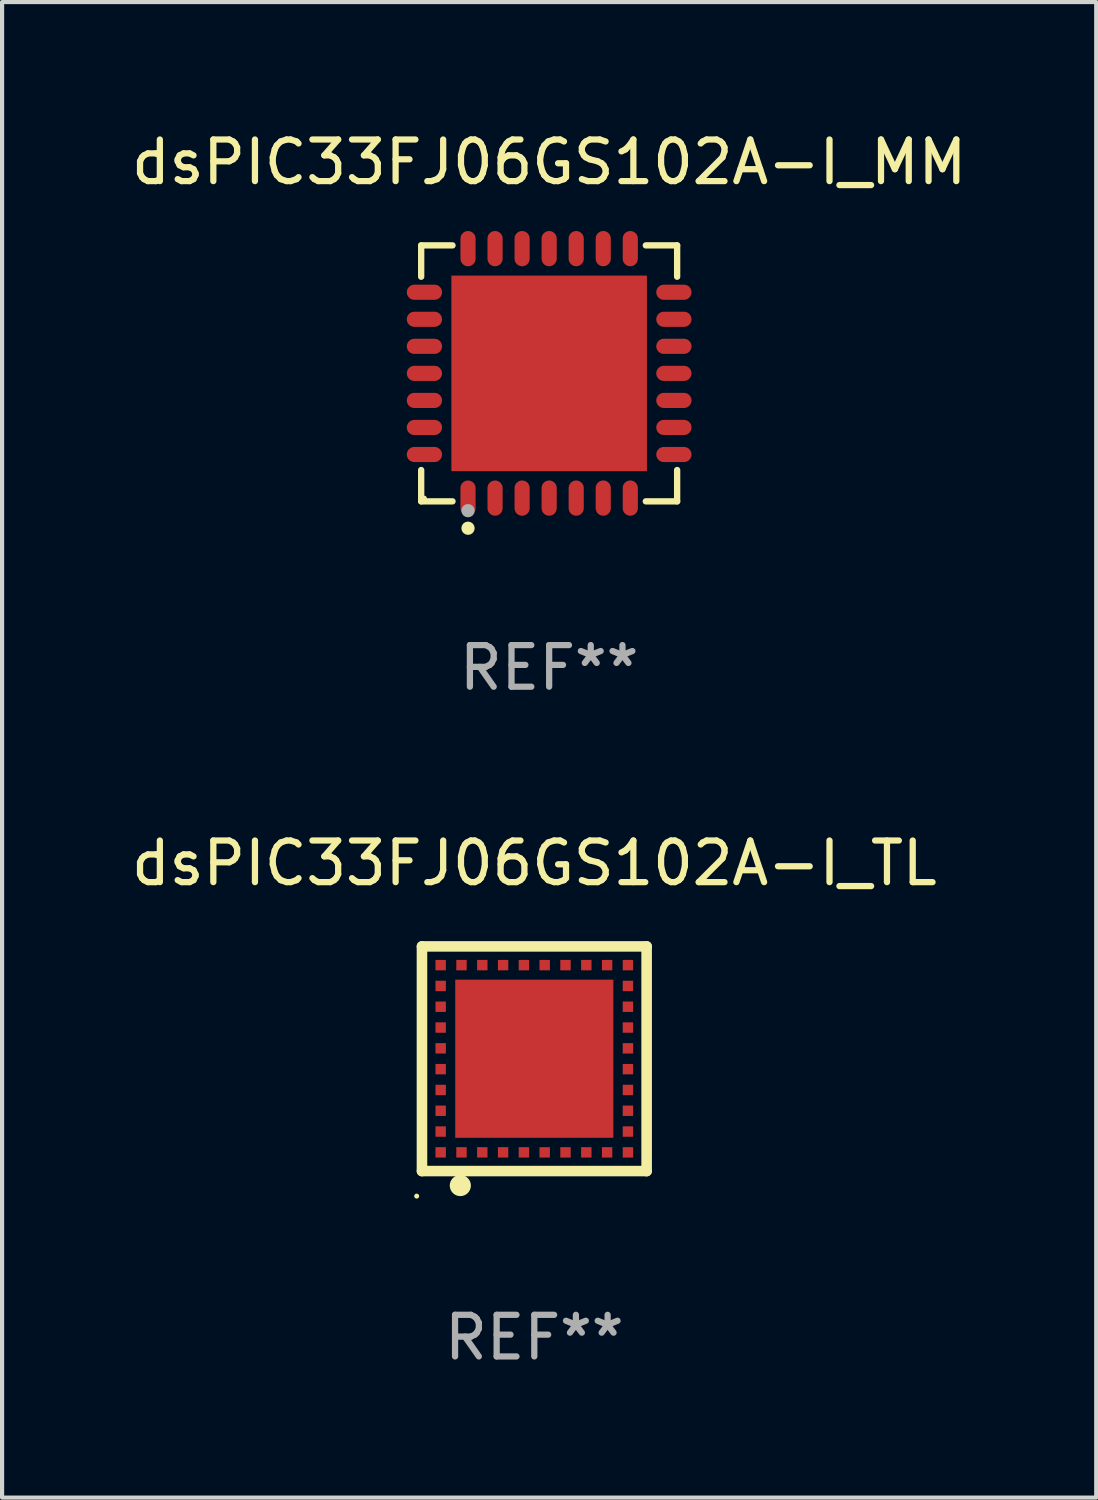
<source format=kicad_pcb>
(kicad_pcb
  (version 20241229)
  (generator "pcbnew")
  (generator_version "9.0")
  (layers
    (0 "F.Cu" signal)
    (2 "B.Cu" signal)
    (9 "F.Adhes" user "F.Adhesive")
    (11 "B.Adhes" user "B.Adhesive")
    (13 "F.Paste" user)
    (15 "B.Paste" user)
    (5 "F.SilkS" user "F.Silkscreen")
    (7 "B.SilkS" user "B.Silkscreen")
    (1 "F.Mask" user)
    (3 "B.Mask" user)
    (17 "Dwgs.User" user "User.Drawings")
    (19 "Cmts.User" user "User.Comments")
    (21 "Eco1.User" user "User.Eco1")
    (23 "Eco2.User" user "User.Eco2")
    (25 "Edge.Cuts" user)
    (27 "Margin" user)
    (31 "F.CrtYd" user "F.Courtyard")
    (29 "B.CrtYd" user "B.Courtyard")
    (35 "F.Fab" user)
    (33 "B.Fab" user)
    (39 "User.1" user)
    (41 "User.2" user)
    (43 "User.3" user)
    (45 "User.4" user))
  (footprint "dsPIC33FJ06GS102A-I_TL"
    (layer "F.Cu")
    (at 9.792 22.397)
    (property "Reference" "dsPIC33FJ06GS102A-I_TL" (at 0 -4.7 0) (layer "F.SilkS") (effects (font (size 1 1) (thickness 0.15))))
    (attr through_hole)
    (fp_line (start -2.7 -2.7) (end 2.7 -2.7) (stroke (width 0.254) (type solid)) (layer "F.SilkS"))
    (fp_line (start -2.7 2.7) (end -2.7 -2.7) (stroke (width 0.254) (type solid)) (layer "F.SilkS"))
    (fp_line (start 2.7 -2.7) (end 2.7 2.7) (stroke (width 0.254) (type solid)) (layer "F.SilkS"))
    (fp_line (start 2.7 2.7) (end -2.7 2.7) (stroke (width 0.254) (type solid)) (layer "F.SilkS"))
    (fp_circle (center -2.827 3.302) (end -2.797 3.302) (stroke (width 0.06) (type solid)) (fill no) (layer "F.SilkS"))
    (fp_circle (center -1.778 3.048) (end -1.651 3.048) (stroke (width 0.254) (type solid)) (fill no) (layer "F.SilkS"))
    (fp_text user "REF**" (at 0 6.7 0) (layer "F.Fab") (effects (font (size 1 1) (thickness 0.15))))
    (pad "1" smd rect (at -1.75 2.25) (size 0.25 0.25) (layers "F.Cu" "F.Mask" "F.Paste"))
    (pad "2" smd rect (at -1.25 2.25) (size 0.25 0.25) (layers "F.Cu" "F.Mask" "F.Paste"))
    (pad "3" smd rect (at -0.75 2.25) (size 0.25 0.25) (layers "F.Cu" "F.Mask" "F.Paste"))
    (pad "4" smd rect (at -0.25 2.25) (size 0.25 0.25) (layers "F.Cu" "F.Mask" "F.Paste"))
    (pad "5" smd rect (at 0.25 2.25) (size 0.25 0.25) (layers "F.Cu" "F.Mask" "F.Paste"))
    (pad "6" smd rect (at 0.75 2.25) (size 0.25 0.25) (layers "F.Cu" "F.Mask" "F.Paste"))
    (pad "7" smd rect (at 1.25 2.25) (size 0.25 0.25) (layers "F.Cu" "F.Mask" "F.Paste"))
    (pad "8" smd rect (at 1.75 2.25) (size 0.25 0.25) (layers "F.Cu" "F.Mask" "F.Paste"))
    (pad "9" smd rect (at 2.25 2.25) (size 0.25 0.25) (layers "F.Cu" "F.Mask" "F.Paste"))
    (pad "10" smd rect (at 2.25 1.75) (size 0.25 0.25) (layers "F.Cu" "F.Mask" "F.Paste"))
    (pad "11" smd rect (at 2.25 1.25) (size 0.25 0.25) (layers "F.Cu" "F.Mask" "F.Paste"))
    (pad "12" smd rect (at 2.25 0.75) (size 0.25 0.25) (layers "F.Cu" "F.Mask" "F.Paste"))
    (pad "13" smd rect (at 2.25 0.25) (size 0.25 0.25) (layers "F.Cu" "F.Mask" "F.Paste"))
    (pad "14" smd rect (at 2.25 -0.25) (size 0.25 0.25) (layers "F.Cu" "F.Mask" "F.Paste"))
    (pad "15" smd rect (at 2.25 -0.75) (size 0.25 0.25) (layers "F.Cu" "F.Mask" "F.Paste"))
    (pad "16" smd rect (at 2.25 -1.25) (size 0.25 0.25) (layers "F.Cu" "F.Mask" "F.Paste"))
    (pad "17" smd rect (at 2.25 -1.75) (size 0.25 0.25) (layers "F.Cu" "F.Mask" "F.Paste"))
    (pad "18" smd rect (at 2.25 -2.25) (size 0.25 0.25) (layers "F.Cu" "F.Mask" "F.Paste"))
    (pad "19" smd rect (at 1.75 -2.25) (size 0.25 0.25) (layers "F.Cu" "F.Mask" "F.Paste"))
    (pad "20" smd rect (at 1.25 -2.25) (size 0.25 0.25) (layers "F.Cu" "F.Mask" "F.Paste"))
    (pad "21" smd rect (at 0.75 -2.25) (size 0.25 0.25) (layers "F.Cu" "F.Mask" "F.Paste"))
    (pad "22" smd rect (at 0.25 -2.25) (size 0.25 0.25) (layers "F.Cu" "F.Mask" "F.Paste"))
    (pad "23" smd rect (at -0.25 -2.25) (size 0.25 0.25) (layers "F.Cu" "F.Mask" "F.Paste"))
    (pad "24" smd rect (at -0.75 -2.25) (size 0.25 0.25) (layers "F.Cu" "F.Mask" "F.Paste"))
    (pad "25" smd rect (at -1.25 -2.25) (size 0.25 0.25) (layers "F.Cu" "F.Mask" "F.Paste"))
    (pad "26" smd rect (at -1.75 -2.25) (size 0.25 0.25) (layers "F.Cu" "F.Mask" "F.Paste"))
    (pad "27" smd rect (at -2.25 -2.25) (size 0.25 0.25) (layers "F.Cu" "F.Mask" "F.Paste"))
    (pad "28" smd rect (at -2.25 -1.75) (size 0.25 0.25) (layers "F.Cu" "F.Mask" "F.Paste"))
    (pad "29" smd rect (at -2.25 -1.25) (size 0.25 0.25) (layers "F.Cu" "F.Mask" "F.Paste"))
    (pad "30" smd rect (at -2.25 -0.75) (size 0.25 0.25) (layers "F.Cu" "F.Mask" "F.Paste"))
    (pad "31" smd rect (at -2.25 -0.25) (size 0.25 0.25) (layers "F.Cu" "F.Mask" "F.Paste"))
    (pad "32" smd rect (at -2.25 0.25) (size 0.25 0.25) (layers "F.Cu" "F.Mask" "F.Paste"))
    (pad "33" smd rect (at -2.25 0.75) (size 0.25 0.25) (layers "F.Cu" "F.Mask" "F.Paste"))
    (pad "34" smd rect (at -2.25 1.25) (size 0.25 0.25) (layers "F.Cu" "F.Mask" "F.Paste"))
    (pad "35" smd rect (at -2.25 1.75) (size 0.25 0.25) (layers "F.Cu" "F.Mask" "F.Paste"))
    (pad "36" smd rect (at -2.25 2.25) (size 0.25 0.25) (layers "F.Cu" "F.Mask" "F.Paste"))
    (pad "37" smd rect (at 0.000127 -0.000076) (size 3.8 3.8) (layers "F.Cu" "F.Mask" "F.Paste")))
  (footprint "dsPIC33FJ06GS102A-I_MM"
    (layer "F.Cu")
    (at 10.149 5.924)
    (property "Reference" "dsPIC33FJ06GS102A-I_MM" (at 0 -5.076 0) (layer "F.SilkS") (effects (font (size 1 1) (thickness 0.15))))
    (attr through_hole)
    (fp_line (start -3.076 -3.076) (end -2.323 -3.076) (stroke (width 0.152) (type solid)) (layer "F.SilkS"))
    (fp_line (start -3.076 -2.323) (end -3.076 -3.076) (stroke (width 0.152) (type solid)) (layer "F.SilkS"))
    (fp_line (start -3.076 2.323) (end -3.076 3.076) (stroke (width 0.152) (type solid)) (layer "F.SilkS"))
    (fp_line (start -3.076 3.076) (end -2.323 3.076) (stroke (width 0.152) (type solid)) (layer "F.SilkS"))
    (fp_line (start 3.076 -3.076) (end 2.323 -3.076) (stroke (width 0.152) (type solid)) (layer "F.SilkS"))
    (fp_line (start 3.076 -2.323) (end 3.076 -3.076) (stroke (width 0.152) (type solid)) (layer "F.SilkS"))
    (fp_line (start 3.076 2.323) (end 3.076 3.076) (stroke (width 0.152) (type solid)) (layer "F.SilkS"))
    (fp_line (start 3.076 3.076) (end 2.323 3.076) (stroke (width 0.152) (type solid)) (layer "F.SilkS"))
    (fp_circle (center -3 3) (end -2.97 3) (stroke (width 0.06) (type solid)) (fill no) (layer "F.SilkS"))
    (fp_circle (center -1.95 3.722) (end -1.87 3.722) (stroke (width 0.16) (type solid)) (fill no) (layer "F.SilkS"))
    (fp_circle (center -1.95 3.3) (end -1.87 3.3) (stroke (width 0.16) (type solid)) (fill no) (layer "F.Fab"))
    (fp_text user "REF**" (at 0 7.076 0) (layer "F.Fab") (effects (font (size 1 1) (thickness 0.15))))
    (pad "1" smd oval (at -1.95 2.998) (size 0.364 0.847) (layers "F.Cu" "F.Mask" "F.Paste"))
    (pad "2" smd oval (at -1.3 2.998) (size 0.364 0.847) (layers "F.Cu" "F.Mask" "F.Paste"))
    (pad "3" smd oval (at -0.65 2.998) (size 0.364 0.847) (layers "F.Cu" "F.Mask" "F.Paste"))
    (pad "4" smd oval (at 0 2.998) (size 0.364 0.847) (layers "F.Cu" "F.Mask" "F.Paste"))
    (pad "5" smd oval (at 0.65 2.998) (size 0.364 0.847) (layers "F.Cu" "F.Mask" "F.Paste"))
    (pad "6" smd oval (at 1.3 2.998) (size 0.364 0.847) (layers "F.Cu" "F.Mask" "F.Paste"))
    (pad "7" smd oval (at 1.95 2.998) (size 0.364 0.847) (layers "F.Cu" "F.Mask" "F.Paste"))
    (pad "8" smd oval (at 2.998 1.95) (size 0.847 0.364) (layers "F.Cu" "F.Mask" "F.Paste"))
    (pad "9" smd oval (at 2.998 1.3) (size 0.847 0.364) (layers "F.Cu" "F.Mask" "F.Paste"))
    (pad "10" smd oval (at 2.998 0.65) (size 0.847 0.364) (layers "F.Cu" "F.Mask" "F.Paste"))
    (pad "11" smd oval (at 2.998 0) (size 0.847 0.364) (layers "F.Cu" "F.Mask" "F.Paste"))
    (pad "12" smd oval (at 2.998 -0.65) (size 0.847 0.364) (layers "F.Cu" "F.Mask" "F.Paste"))
    (pad "13" smd oval (at 2.998 -1.3) (size 0.847 0.364) (layers "F.Cu" "F.Mask" "F.Paste"))
    (pad "14" smd oval (at 2.998 -1.95) (size 0.847 0.364) (layers "F.Cu" "F.Mask" "F.Paste"))
    (pad "15" smd oval (at 1.95 -2.998) (size 0.364 0.847) (layers "F.Cu" "F.Mask" "F.Paste"))
    (pad "16" smd oval (at 1.3 -2.998) (size 0.364 0.847) (layers "F.Cu" "F.Mask" "F.Paste"))
    (pad "17" smd oval (at 0.65 -2.998) (size 0.364 0.847) (layers "F.Cu" "F.Mask" "F.Paste"))
    (pad "18" smd oval (at 0 -2.998) (size 0.364 0.847) (layers "F.Cu" "F.Mask" "F.Paste"))
    (pad "19" smd oval (at -0.65 -2.998) (size 0.364 0.847) (layers "F.Cu" "F.Mask" "F.Paste"))
    (pad "20" smd oval (at -1.3 -2.998) (size 0.364 0.847) (layers "F.Cu" "F.Mask" "F.Paste"))
    (pad "21" smd oval (at -1.95 -2.998) (size 0.364 0.847) (layers "F.Cu" "F.Mask" "F.Paste"))
    (pad "22" smd oval (at -2.998 -1.95) (size 0.847 0.364) (layers "F.Cu" "F.Mask" "F.Paste"))
    (pad "23" smd oval (at -2.998 -1.3) (size 0.847 0.364) (layers "F.Cu" "F.Mask" "F.Paste"))
    (pad "24" smd oval (at -2.998 -0.65) (size 0.847 0.364) (layers "F.Cu" "F.Mask" "F.Paste"))
    (pad "25" smd oval (at -2.998 0) (size 0.847 0.364) (layers "F.Cu" "F.Mask" "F.Paste"))
    (pad "26" smd oval (at -2.998 0.65) (size 0.847 0.364) (layers "F.Cu" "F.Mask" "F.Paste"))
    (pad "27" smd oval (at -2.998 1.3) (size 0.847 0.364) (layers "F.Cu" "F.Mask" "F.Paste"))
    (pad "28" smd oval (at -2.998 1.95) (size 0.847 0.364) (layers "F.Cu" "F.Mask" "F.Paste"))
    (pad "29" smd rect (at 0 0) (size 4.7 4.7) (layers "F.Cu" "F.Mask" "F.Paste")))
  (gr_rect
    (start -3 -3)
    (end 23.298 32.945)
    (stroke (width 0.1) (type default))
    (fill no)
    (layer "Edge.Cuts")))
</source>
